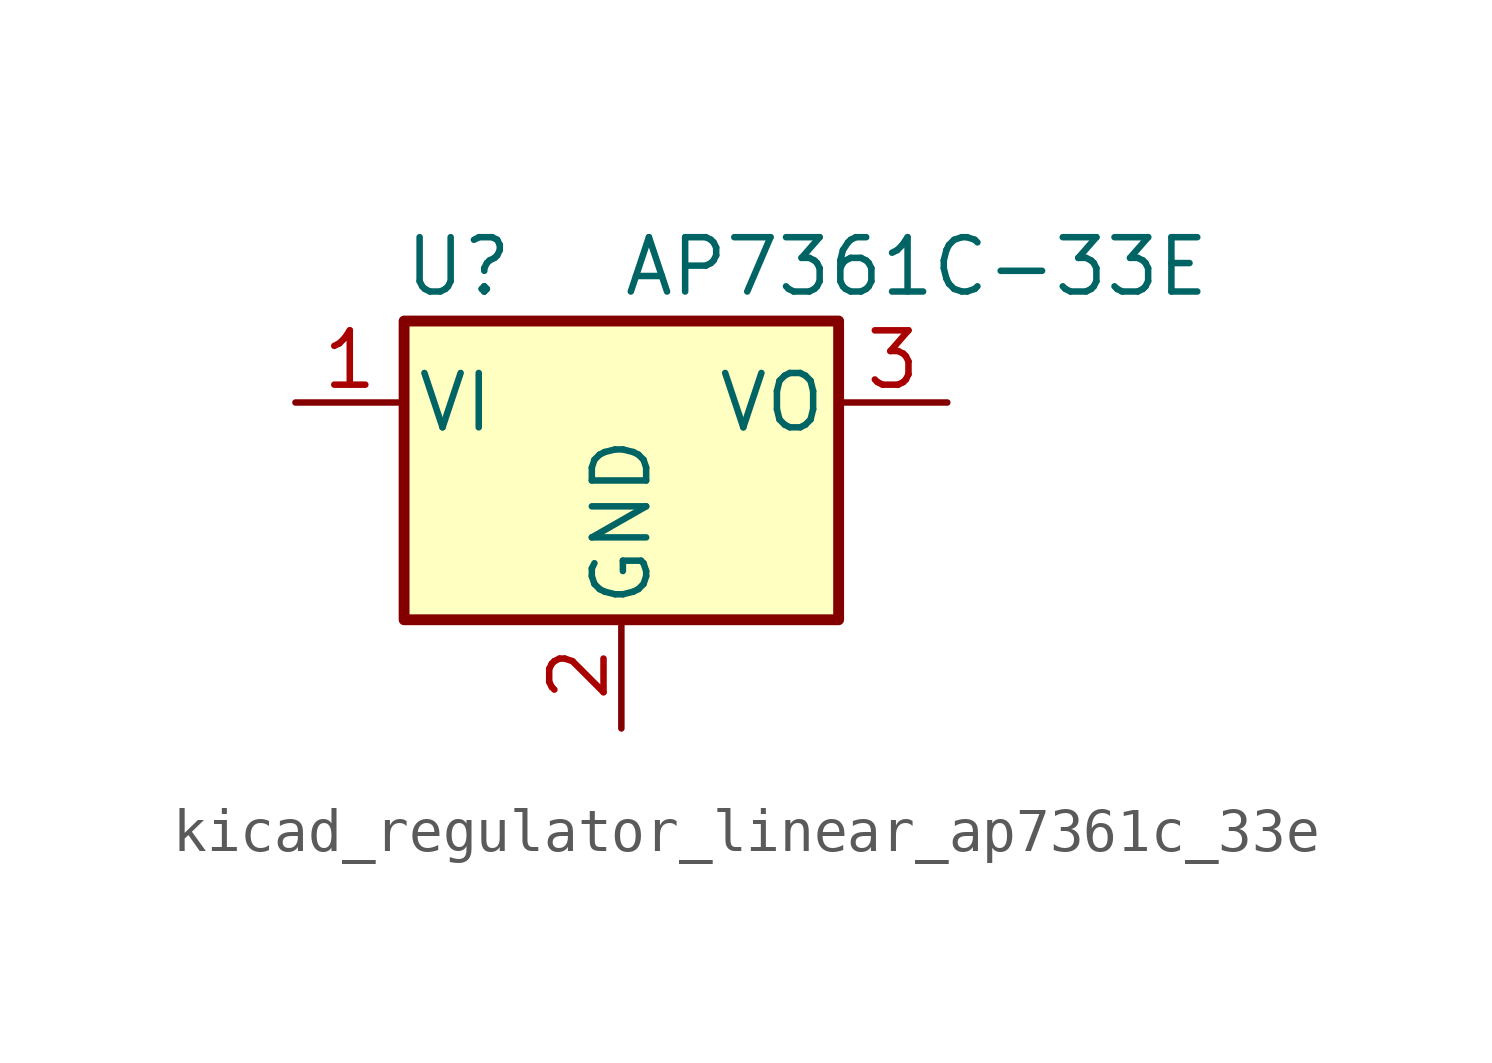
<source format=kicad_sym>
(kicad_symbol_lib
  (version 20220914)
  (generator kicad_symbol_editor)
  (symbol "kicad_regulator_linear_ap7361c_33e"
    (pin_names
      (offset 0.254))
    (property "Reference" "U"
      (at -3.81 3.175 0)
      (effects (font (size 1.27 1.27))))
    (property "Value" "AP7361C-33E"
      (at 0 3.175 0)
      (effects (font (size 1.27 1.27)) (justify left)))
    (symbol "kicad_regulator_linear_ap7361c_33e_0_1"
      (rectangle (start -5.08 -5.08) (end 5.08 1.905) (stroke (width 0.254) (type default)) (fill (type background))))
    (symbol "kicad_regulator_linear_ap7361c_33e_1_1"
      (pin power_in line (at -7.62 0 0) (length 2.54) (name "VI" (effects (font (size 1.27 1.27)))) (number "1" (effects (font (size 1.27 1.27)))))
      (pin power_in line (at 0 -7.62 90) (length 2.54) (name "GND" (effects (font (size 1.27 1.27)))) (number "2" (effects (font (size 1.27 1.27)))))
      (pin power_out line (at 7.62 0 180) (length 2.54) (name "VO" (effects (font (size 1.27 1.27)))) (number "3" (effects (font (size 1.27 1.27))))))))
</source>
